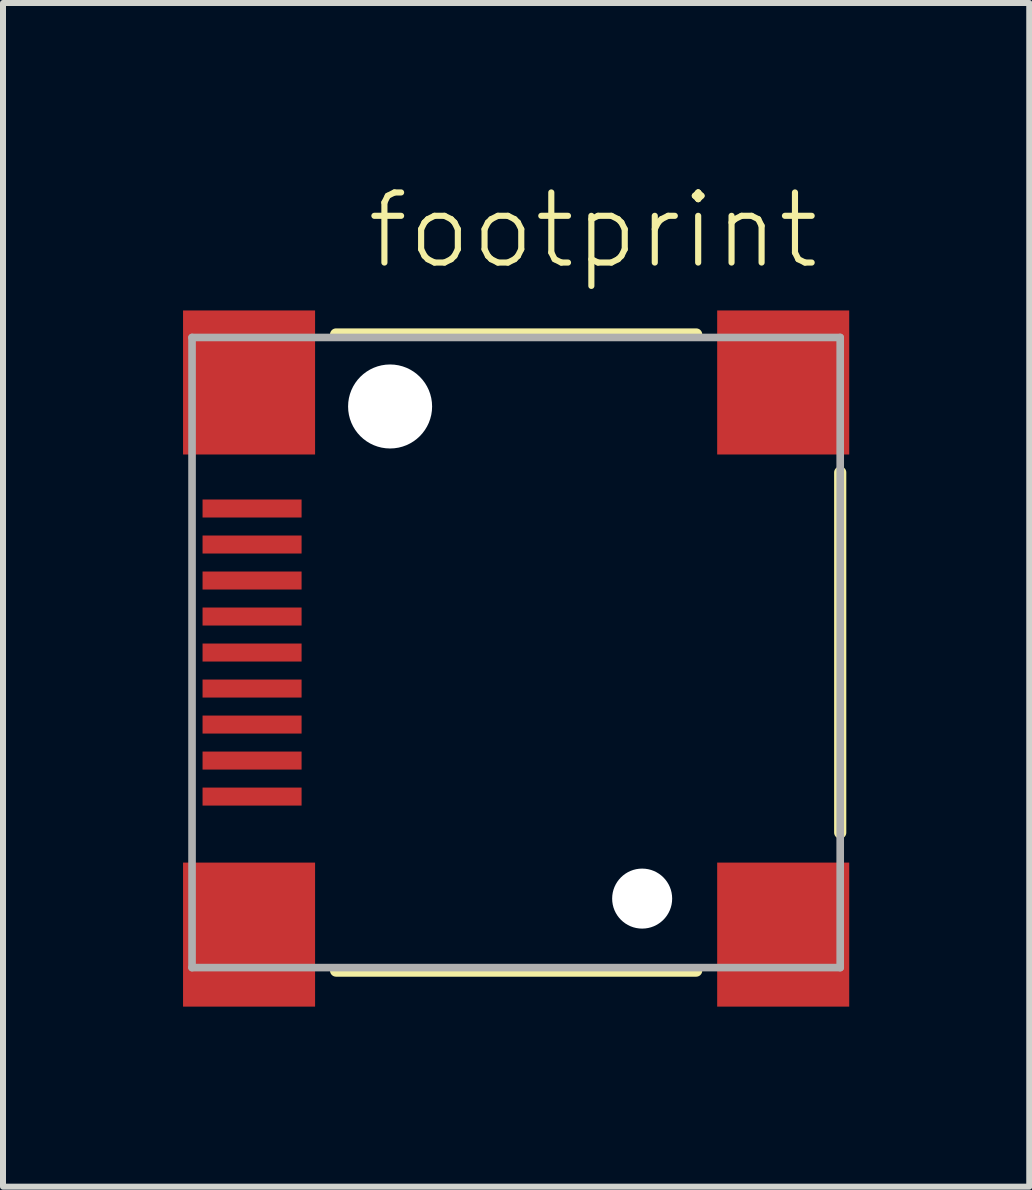
<source format=kicad_pcb>
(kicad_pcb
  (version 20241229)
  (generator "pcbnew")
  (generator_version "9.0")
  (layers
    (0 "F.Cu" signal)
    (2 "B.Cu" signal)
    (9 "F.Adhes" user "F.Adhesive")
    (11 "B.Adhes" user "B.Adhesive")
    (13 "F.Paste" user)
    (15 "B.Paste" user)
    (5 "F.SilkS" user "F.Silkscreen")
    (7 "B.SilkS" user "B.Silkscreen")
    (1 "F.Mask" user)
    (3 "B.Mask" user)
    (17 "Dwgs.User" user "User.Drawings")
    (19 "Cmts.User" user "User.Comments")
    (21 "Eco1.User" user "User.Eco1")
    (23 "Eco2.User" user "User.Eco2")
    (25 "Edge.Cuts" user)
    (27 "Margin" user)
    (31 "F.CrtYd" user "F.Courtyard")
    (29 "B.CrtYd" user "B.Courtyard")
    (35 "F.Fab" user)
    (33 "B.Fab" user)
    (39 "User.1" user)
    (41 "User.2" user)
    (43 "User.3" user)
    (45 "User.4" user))
  (footprint "footprint"
    (layer "F.Cu")
    (at 5.55 7.823)
    (property "Reference" "footprint" (at -2.54 -6.35 0) (layer "F.SilkS") (effects (font (size 1.168 1.168) (thickness 0.102)) (justify left bottom)))
    (fp_line (start -3 -5.3) (end 3 -5.3) (stroke (width 0.203) (type solid)) (layer "F.SilkS"))
    (fp_line (start -3 5.3) (end 3 5.3) (stroke (width 0.203) (type solid)) (layer "F.SilkS"))
    (fp_line (start 5.4 -3) (end 5.4 3) (stroke (width 0.203) (type solid)) (layer "F.SilkS"))
    (fp_line (start -5.4 -5.25) (end 5.4 -5.25) (stroke (width 0.127) (type solid)) (layer "F.Fab"))
    (fp_line (start -5.4 5.25) (end -5.4 -5.25) (stroke (width 0.127) (type solid)) (layer "F.Fab"))
    (fp_line (start 5.4 -5.25) (end 5.4 5.25) (stroke (width 0.127) (type solid)) (layer "F.Fab"))
    (fp_line (start 5.4 5.25) (end -5.4 5.25) (stroke (width 0.127) (type solid)) (layer "F.Fab"))
    (pad "" np_thru_hole circle (at -2.1 -4.1) (size 1.4 1.4) (drill 1.4) (layers "*.Cu" "*.Mask"))
    (pad "" np_thru_hole circle (at 2.1 4.1) (size 1 1) (drill 1) (layers "*.Cu" "*.Mask"))
    (pad "1" smd rect (at -4.4 2.4 180) (size 1.65 0.3) (layers "F.Cu" "F.Mask" "F.Paste"))
    (pad "2" smd rect (at -4.4 1.8 180) (size 1.65 0.3) (layers "F.Cu" "F.Mask" "F.Paste"))
    (pad "3" smd rect (at -4.4 1.2 180) (size 1.65 0.3) (layers "F.Cu" "F.Mask" "F.Paste"))
    (pad "4" smd rect (at -4.4 0.6 180) (size 1.65 0.3) (layers "F.Cu" "F.Mask" "F.Paste"))
    (pad "5" smd rect (at -4.4 0 180) (size 1.65 0.3) (layers "F.Cu" "F.Mask" "F.Paste"))
    (pad "6" smd rect (at -4.4 -0.6 180) (size 1.65 0.3) (layers "F.Cu" "F.Mask" "F.Paste"))
    (pad "7" smd rect (at -4.4 -1.2 180) (size 1.65 0.3) (layers "F.Cu" "F.Mask" "F.Paste"))
    (pad "8" smd rect (at -4.4 -1.8 180) (size 1.65 0.3) (layers "F.Cu" "F.Mask" "F.Paste"))
    (pad "9" smd rect (at -4.4 -2.4 180) (size 1.65 0.3) (layers "F.Cu" "F.Mask" "F.Paste"))
    (pad "10" smd rect (at -4.45 -4.5 180) (size 2.2 2.4) (layers "F.Cu" "F.Mask" "F.Paste"))
    (pad "11" smd rect (at 4.45 -4.5 180) (size 2.2 2.4) (layers "F.Cu" "F.Mask" "F.Paste"))
    (pad "12" smd rect (at 4.45 4.7 180) (size 2.2 2.4) (layers "F.Cu" "F.Mask" "F.Paste"))
    (pad "13" smd rect (at -4.45 4.7 180) (size 2.2 2.4) (layers "F.Cu" "F.Mask" "F.Paste")))
  (gr_rect
    (start -3 -3)
    (end 14.1 16.723)
    (stroke (width 0.1) (type default))
    (fill no)
    (layer "Edge.Cuts")))
</source>
